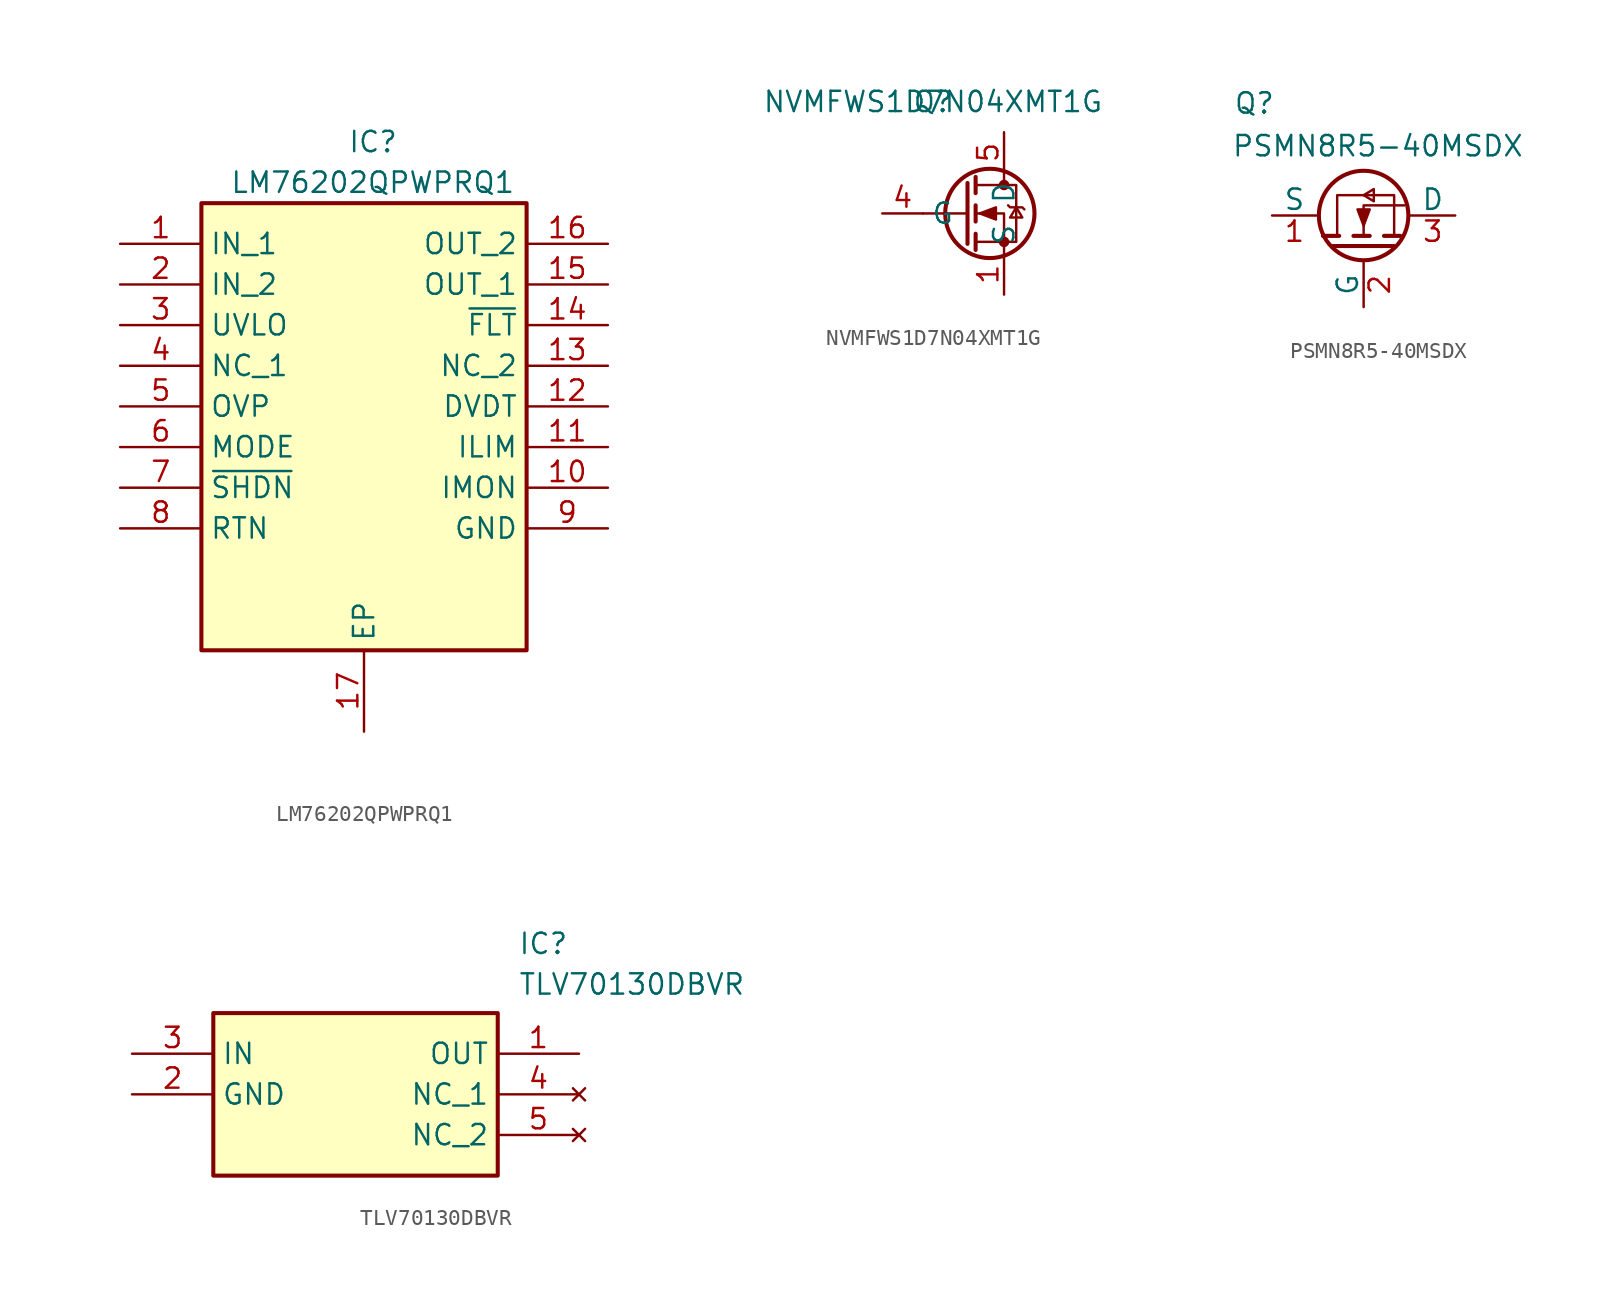
<source format=kicad_sym>
(kicad_symbol_lib
  (version 20241209)
  (generator "kicad_symbol_editor")
  (generator_version "9.0")
  (symbol "LM76202QPWPRQ1"
    (property "Reference" "IC"
      (at 14.224 7.112 0)
      (effects (font (size 1.27 1.27)) (justify left top)))
    (property "Value" "LM76202QPWPRQ1"
      (at 6.858 4.572 0)
      (effects (font (size 1.27 1.27)) (justify left top)))
    (symbol "LM76202QPWPRQ1_1_1"
      (rectangle (start 5.08 2.54) (end 25.4 -25.4) (stroke (width 0.254) (type default)) (fill (type background)))
      (pin passive line (at 0 0 0) (length 5.08) (name "IN_1" (effects (font (size 1.27 1.27)))) (number "1" (effects (font (size 1.27 1.27)))))
      (pin passive line (at 0 -2.54 0) (length 5.08) (name "IN_2" (effects (font (size 1.27 1.27)))) (number "2" (effects (font (size 1.27 1.27)))))
      (pin passive line (at 0 -5.08 0) (length 5.08) (name "UVLO" (effects (font (size 1.27 1.27)))) (number "3" (effects (font (size 1.27 1.27)))))
      (pin passive line (at 0 -7.62 0) (length 5.08) (name "NC_1" (effects (font (size 1.27 1.27)))) (number "4" (effects (font (size 1.27 1.27)))))
      (pin passive line (at 0 -10.16 0) (length 5.08) (name "OVP" (effects (font (size 1.27 1.27)))) (number "5" (effects (font (size 1.27 1.27)))))
      (pin passive line (at 0 -12.7 0) (length 5.08) (name "MODE" (effects (font (size 1.27 1.27)))) (number "6" (effects (font (size 1.27 1.27)))))
      (pin passive line (at 0 -15.24 0) (length 5.08) (name "~{SHDN}" (effects (font (size 1.27 1.27)))) (number "7" (effects (font (size 1.27 1.27)))))
      (pin passive line (at 0 -17.78 0) (length 5.08) (name "RTN" (effects (font (size 1.27 1.27)))) (number "8" (effects (font (size 1.27 1.27)))))
      (pin passive line (at 15.24 -30.48 90) (length 5.08) (name "EP" (effects (font (size 1.27 1.27)))) (number "17" (effects (font (size 1.27 1.27)))))
      (pin passive line (at 30.48 0 180) (length 5.08) (name "OUT_2" (effects (font (size 1.27 1.27)))) (number "16" (effects (font (size 1.27 1.27)))))
      (pin passive line (at 30.48 -2.54 180) (length 5.08) (name "OUT_1" (effects (font (size 1.27 1.27)))) (number "15" (effects (font (size 1.27 1.27)))))
      (pin passive line (at 30.48 -5.08 180) (length 5.08) (name "~{FLT}" (effects (font (size 1.27 1.27)))) (number "14" (effects (font (size 1.27 1.27)))))
      (pin passive line (at 30.48 -7.62 180) (length 5.08) (name "NC_2" (effects (font (size 1.27 1.27)))) (number "13" (effects (font (size 1.27 1.27)))))
      (pin passive line (at 30.48 -10.16 180) (length 5.08) (name "DVDT" (effects (font (size 1.27 1.27)))) (number "12" (effects (font (size 1.27 1.27)))))
      (pin passive line (at 30.48 -12.7 180) (length 5.08) (name "ILIM" (effects (font (size 1.27 1.27)))) (number "11" (effects (font (size 1.27 1.27)))))
      (pin passive line (at 30.48 -15.24 180) (length 5.08) (name "IMON" (effects (font (size 1.27 1.27)))) (number "10" (effects (font (size 1.27 1.27)))))
      (pin passive line (at 30.48 -17.78 180) (length 5.08) (name "GND" (effects (font (size 1.27 1.27)))) (number "9" (effects (font (size 1.27 1.27)))))))
  (symbol "NVMFWS1D7N04XMT1G"
    (property "Reference" "Q"
      (at 0 0 0)
      (effects (font (size 1.27 1.27))))
    (property "Value" "NVMFWS1D7N04XMT1G"
      (at 0 0 0)
      (effects (font (size 1.27 1.27))))
    (symbol "NVMFWS1D7N04XMT1G_0_1"
      (polyline (pts (xy 2.159 -5.08) (xy 2.159 -8.89)) (stroke (width 0.254) (type default)) (fill (type none)))
      (polyline (pts (xy 2.159 -6.985) (xy -0.635 -6.985)) (stroke (width 0) (type default)) (fill (type none)))
      (polyline (pts (xy 2.667 -4.699) (xy 2.667 -5.715)) (stroke (width 0.254) (type default)) (fill (type none)))
      (polyline (pts (xy 2.667 -6.477) (xy 2.667 -7.493)) (stroke (width 0.254) (type default)) (fill (type none)))
      (polyline (pts (xy 2.667 -8.255) (xy 2.667 -9.271)) (stroke (width 0.254) (type default)) (fill (type none)))
      (polyline (pts (xy 2.667 -8.763) (xy 5.207 -8.763) (xy 5.207 -5.207) (xy 2.667 -5.207)) (stroke (width 0) (type default)) (fill (type none)))
      (polyline (pts (xy 2.921 -6.985) (xy 3.937 -6.604) (xy 3.937 -7.366) (xy 2.921 -6.985)) (stroke (width 0) (type default)) (fill (type outline)))
      (circle (center 3.556 -6.985) (radius 2.794) (stroke (width 0.254) (type default)) (fill (type none)))
      (polyline (pts (xy 4.445 -4.445) (xy 4.445 -5.207)) (stroke (width 0) (type default)) (fill (type none)))
      (circle (center 4.445 -5.207) (radius 0.254) (stroke (width 0) (type default)) (fill (type outline)))
      (circle (center 4.445 -8.763) (radius 0.254) (stroke (width 0) (type default)) (fill (type outline)))
      (polyline (pts (xy 4.445 -9.525) (xy 4.445 -6.985) (xy 2.667 -6.985)) (stroke (width 0) (type default)) (fill (type none)))
      (polyline (pts (xy 4.699 -6.477) (xy 4.826 -6.604) (xy 5.588 -6.604) (xy 5.715 -6.731)) (stroke (width 0) (type default)) (fill (type none)))
      (polyline (pts (xy 5.207 -6.604) (xy 4.826 -7.239) (xy 5.588 -7.239) (xy 5.207 -6.604)) (stroke (width 0) (type default)) (fill (type none))))
    (symbol "NVMFWS1D7N04XMT1G_1_1"
      (pin input line (at -3.175 -6.985 0) (length 2.54) (name "G" (effects (font (size 1.27 1.27)))) (number "4" (effects (font (size 1.27 1.27)))))
      (pin passive line (at 4.445 -1.905 270) (length 2.54) (name "D" (effects (font (size 1.27 1.27)))) (number "5" (effects (font (size 1.27 1.27)))))
      (pin passive line (at 4.445 -1.905 270) (length 2.54) (hide yes) (name "D" (effects (font (size 1.27 1.27)))) (number "6" (effects (font (size 1.27 1.27)))))
      (pin passive line (at 4.445 -1.905 270) (length 2.54) (hide yes) (name "D" (effects (font (size 1.27 1.27)))) (number "7" (effects (font (size 1.27 1.27)))))
      (pin passive line (at 4.445 -1.905 270) (length 2.54) (hide yes) (name "D" (effects (font (size 1.27 1.27)))) (number "8" (effects (font (size 1.27 1.27)))))
      (pin passive line (at 4.445 -1.905 270) (length 2.54) (hide yes) (name "D" (effects (font (size 1.27 1.27)))) (number "9" (effects (font (size 1.27 1.27)))))
      (pin passive line (at 4.445 -12.065 90) (length 2.54) (name "S" (effects (font (size 1.27 1.27)))) (number "1" (effects (font (size 1.27 1.27)))))
      (pin passive line (at 4.445 -12.065 90) (length 2.54) (hide yes) (name "S" (effects (font (size 1.27 1.27)))) (number "2" (effects (font (size 1.27 1.27)))))
      (pin passive line (at 4.445 -12.065 90) (length 2.54) (hide yes) (name "S" (effects (font (size 1.27 1.27)))) (number "3" (effects (font (size 1.27 1.27)))))))
  (symbol "PSMN8R5-40MSDX"
    (pin_names
      (offset 0))
    (property "Reference" "Q"
      (at -8.128 7.112 0)
      (effects (font (size 1.27 1.27)) (justify left top)))
    (property "Value" "PSMN8R5-40MSDX"
      (at -8.255 4.445 0)
      (effects (font (size 1.27 1.27)) (justify left top)))
    (symbol "PSMN8R5-40MSDX_0_1"
      (polyline (pts (xy -2.54 -1.905) (xy -1.524 -1.905)) (stroke (width 0.254) (type default)) (fill (type none)))
      (polyline (pts (xy -1.905 -2.54) (xy 1.905 -2.54)) (stroke (width 0.254) (type default)) (fill (type none)))
      (polyline (pts (xy -0.635 -1.905) (xy 0.381 -1.905)) (stroke (width 0.254) (type default)) (fill (type none)))
      (polyline (pts (xy 0 0.635) (xy 0.635 0.254) (xy 0.635 1.016) (xy 0 0.635)) (stroke (width 0) (type default)) (fill (type none)))
      (circle (center 0 -0.635) (radius 2.794) (stroke (width 0.254) (type default)) (fill (type none)))
      (polyline (pts (xy 0 -1.27) (xy -0.381 -0.254) (xy 0.381 -0.254) (xy 0 -1.27)) (stroke (width 0) (type default)) (fill (type outline)))
      (polyline (pts (xy 1.27 -1.905) (xy 2.286 -1.905)) (stroke (width 0.254) (type default)) (fill (type none)))
      (polyline (pts (xy 1.905 -1.905) (xy 1.905 0.635) (xy -1.651 0.635) (xy -1.651 -1.905)) (stroke (width 0) (type default)) (fill (type none)))
      (polyline (pts (xy 2.54 0) (xy 0 0) (xy 0 -1.778)) (stroke (width 0) (type default)) (fill (type none))))
    (symbol "PSMN8R5-40MSDX_1_1"
      (pin passive line (at -5.715 -0.635 0) (length 2.794) (name "S" (effects (font (size 1.27 1.27)))) (number "1" (effects (font (size 1.27 1.27)))))
      (pin passive line (at 0 -6.35 90) (length 2.794) (name "G" (effects (font (size 1.27 1.27)))) (number "2" (effects (font (size 1.27 1.27)))))
      (pin passive line (at 5.715 -0.635 180) (length 2.794) (name "D" (effects (font (size 1.27 1.27)))) (number "3" (effects (font (size 1.27 1.27)))))))
  (symbol "TLV70130DBVR"
    (property "Reference" "IC"
      (at 24.13 7.62 0)
      (effects (font (size 1.27 1.27)) (justify left top)))
    (property "Value" "TLV70130DBVR"
      (at 24.13 5.08 0)
      (effects (font (size 1.27 1.27)) (justify left top)))
    (symbol "TLV70130DBVR_1_1"
      (rectangle (start 5.08 2.54) (end 22.86 -7.62) (stroke (width 0.254) (type default)) (fill (type background)))
      (pin power_in line (at 0 0 0) (length 5.08) (name "IN" (effects (font (size 1.27 1.27)))) (number "3" (effects (font (size 1.27 1.27)))))
      (pin power_in line (at 0 -2.54 0) (length 5.08) (name "GND" (effects (font (size 1.27 1.27)))) (number "2" (effects (font (size 1.27 1.27)))))
      (pin power_out line (at 27.94 0 180) (length 5.08) (name "OUT" (effects (font (size 1.27 1.27)))) (number "1" (effects (font (size 1.27 1.27)))))
      (pin no_connect line (at 27.94 -2.54 180) (length 5.08) (name "NC_1" (effects (font (size 1.27 1.27)))) (number "4" (effects (font (size 1.27 1.27)))))
      (pin no_connect line (at 27.94 -5.08 180) (length 5.08) (name "NC_2" (effects (font (size 1.27 1.27)))) (number "5" (effects (font (size 1.27 1.27))))))))
</source>
